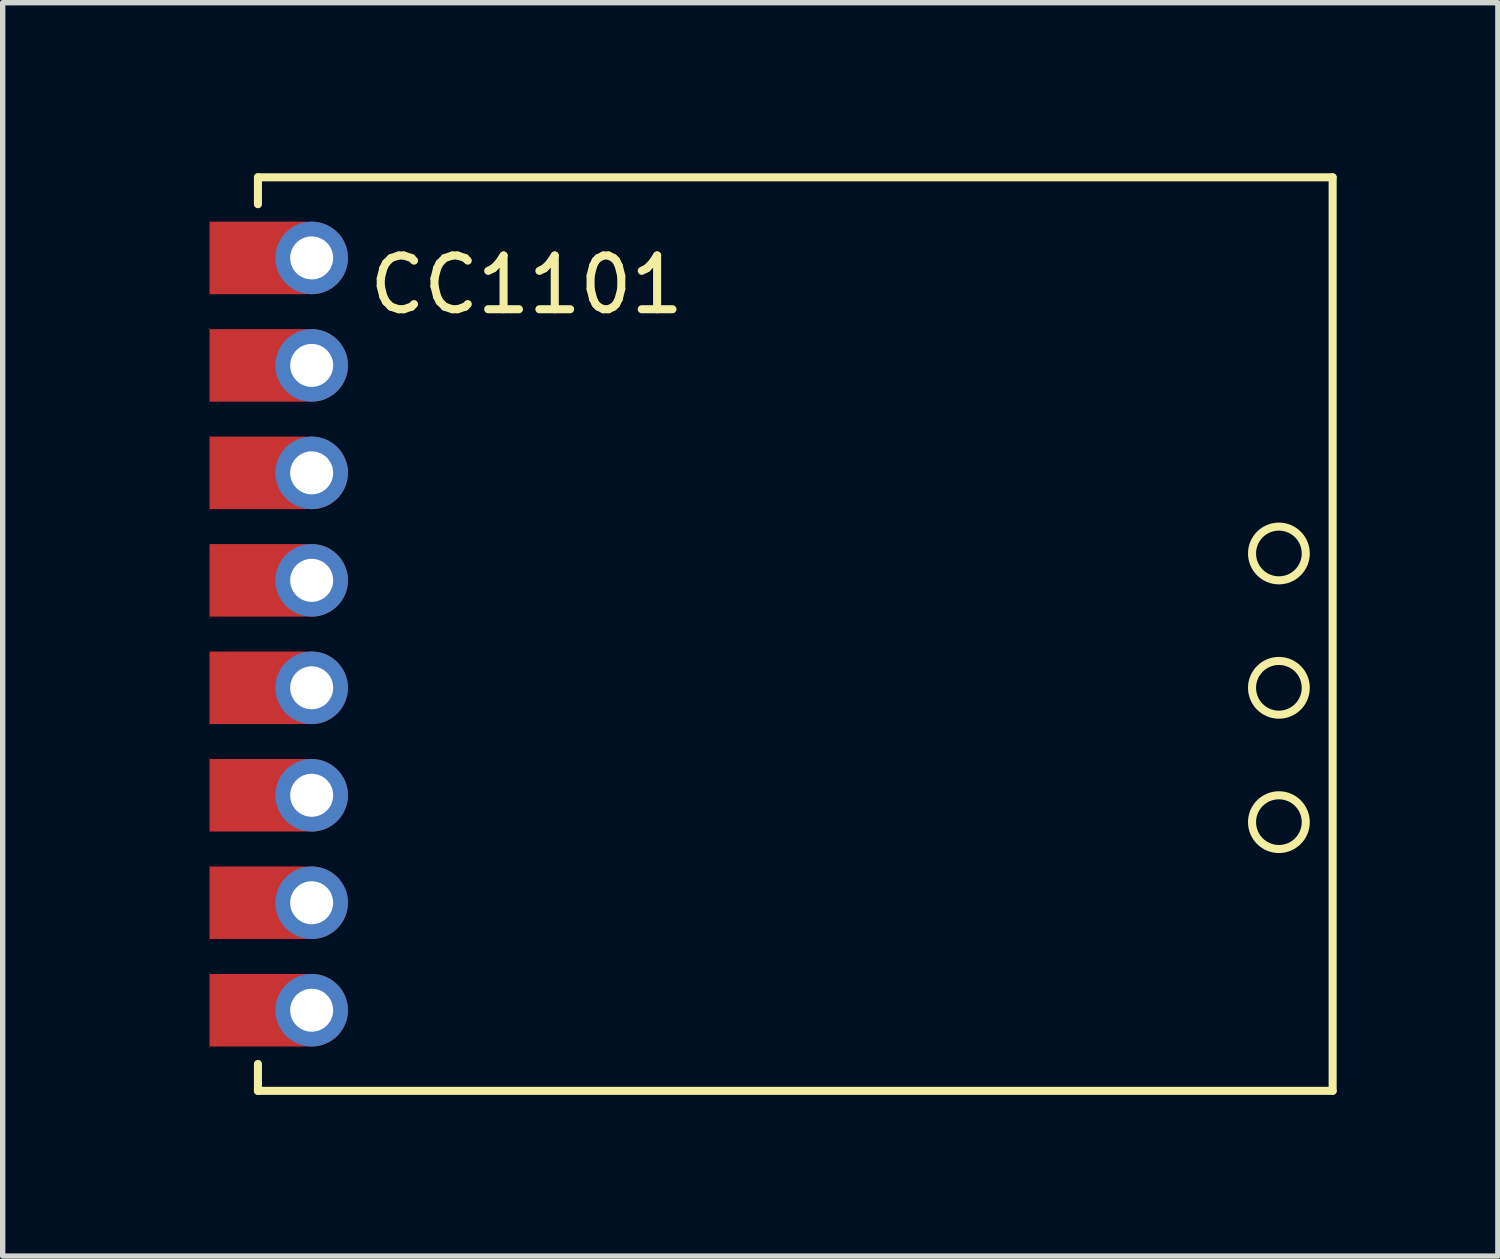
<source format=kicad_pcb>
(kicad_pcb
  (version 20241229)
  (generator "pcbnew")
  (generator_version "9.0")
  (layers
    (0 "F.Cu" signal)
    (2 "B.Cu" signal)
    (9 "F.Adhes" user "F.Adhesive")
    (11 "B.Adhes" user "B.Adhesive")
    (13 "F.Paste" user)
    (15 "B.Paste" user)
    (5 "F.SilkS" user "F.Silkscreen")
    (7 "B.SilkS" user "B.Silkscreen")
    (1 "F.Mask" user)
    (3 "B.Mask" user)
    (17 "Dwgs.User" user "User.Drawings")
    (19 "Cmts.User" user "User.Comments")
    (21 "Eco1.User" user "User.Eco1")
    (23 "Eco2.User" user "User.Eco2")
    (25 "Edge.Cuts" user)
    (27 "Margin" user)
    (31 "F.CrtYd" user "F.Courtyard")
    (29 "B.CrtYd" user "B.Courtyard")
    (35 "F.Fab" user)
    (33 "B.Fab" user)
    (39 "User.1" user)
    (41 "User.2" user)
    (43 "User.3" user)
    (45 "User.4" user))
  (footprint "CC1101"
    (layer "F.Cu")
    (at 0.25 0.25)
    (property "Reference" "CC1101" (at 6.5 2 0) (layer "F.SilkS") (effects (font (size 1 1) (thickness 0.15))))
    (attr through_hole)
    (fp_line (start 1.5 0) (end 1.5 0.5) (stroke (width 0.15) (type solid)) (layer "F.SilkS"))
    (fp_line (start 1.5 0) (end 21.5 0) (stroke (width 0.15) (type solid)) (layer "F.SilkS"))
    (fp_line (start 1.5 17) (end 1.5 16.5) (stroke (width 0.15) (type solid)) (layer "F.SilkS"))
    (fp_line (start 21.5 0) (end 21.5 17) (stroke (width 0.15) (type solid)) (layer "F.SilkS"))
    (fp_line (start 21.5 17) (end 1.5 17) (stroke (width 0.15) (type solid)) (layer "F.SilkS"))
    (fp_circle (center 20.5 7) (end 20.5 7.5) (stroke (width 0.15) (type solid)) (fill no) (layer "F.SilkS"))
    (fp_circle (center 20.5 9.5) (end 21 9.5) (stroke (width 0.15) (type solid)) (fill no) (layer "F.SilkS"))
    (fp_circle (center 20.5 12) (end 20.5 12.5) (stroke (width 0.15) (type solid)) (fill no) (layer "F.SilkS"))
    (pad "1" connect rect (at 1.5 1.5) (size 1.8 1.35) (layers "F.Cu" "F.Mask"))
    (pad "1" thru_hole circle (at 2.5 1.5) (size 1.35 1.35) (drill 0.8) (layers "*.Cu" "*.Mask"))
    (pad "2" connect rect (at 1.5 3.5) (size 1.8 1.35) (layers "F.Cu" "F.Mask"))
    (pad "2" thru_hole circle (at 2.5 3.5) (size 1.35 1.35) (drill 0.8) (layers "*.Cu" "*.Mask"))
    (pad "3" connect rect (at 1.5 5.5) (size 1.8 1.35) (layers "F.Cu" "F.Mask"))
    (pad "3" thru_hole circle (at 2.5 5.5) (size 1.35 1.35) (drill 0.8) (layers "*.Cu" "*.Mask"))
    (pad "4" connect rect (at 1.5 7.5) (size 1.8 1.35) (layers "F.Cu" "F.Mask"))
    (pad "4" thru_hole circle (at 2.5 7.5) (size 1.35 1.35) (drill 0.8) (layers "*.Cu" "*.Mask"))
    (pad "5" connect rect (at 1.5 9.5) (size 1.8 1.35) (layers "F.Cu" "F.Mask"))
    (pad "5" thru_hole circle (at 2.5 9.5) (size 1.35 1.35) (drill 0.8) (layers "*.Cu" "*.Mask"))
    (pad "6" connect rect (at 1.5 11.5) (size 1.8 1.35) (layers "F.Cu" "F.Mask"))
    (pad "6" thru_hole circle (at 2.5 11.5) (size 1.35 1.35) (drill 0.8) (layers "*.Cu" "*.Mask"))
    (pad "7" connect rect (at 1.5 13.5) (size 1.8 1.35) (layers "F.Cu" "F.Mask"))
    (pad "7" thru_hole circle (at 2.5 13.5) (size 1.35 1.35) (drill 0.8) (layers "*.Cu" "*.Mask"))
    (pad "8" connect rect (at 1.5 15.5) (size 1.8 1.35) (layers "F.Cu" "F.Mask"))
    (pad "8" thru_hole circle (at 2.5 15.5) (size 1.35 1.35) (drill 0.8) (layers "*.Cu" "*.Mask")))
  (gr_rect
    (start -3 -3)
    (end 24.825 20.325)
    (stroke (width 0.1) (type default))
    (fill no)
    (layer "Edge.Cuts")))
</source>
